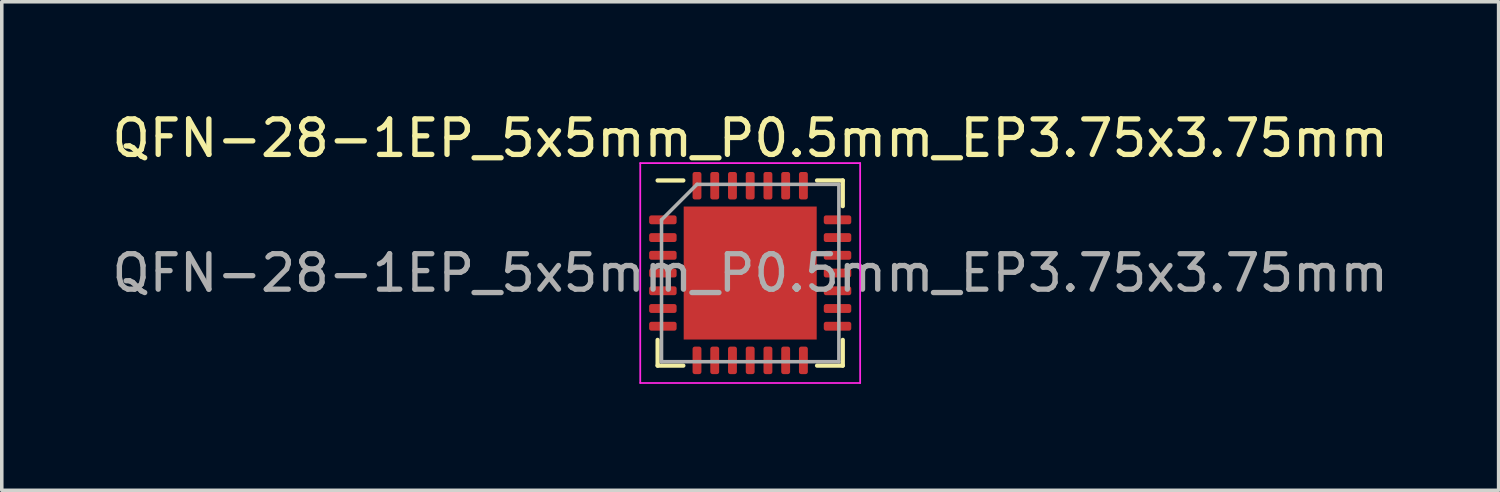
<source format=kicad_pcb>
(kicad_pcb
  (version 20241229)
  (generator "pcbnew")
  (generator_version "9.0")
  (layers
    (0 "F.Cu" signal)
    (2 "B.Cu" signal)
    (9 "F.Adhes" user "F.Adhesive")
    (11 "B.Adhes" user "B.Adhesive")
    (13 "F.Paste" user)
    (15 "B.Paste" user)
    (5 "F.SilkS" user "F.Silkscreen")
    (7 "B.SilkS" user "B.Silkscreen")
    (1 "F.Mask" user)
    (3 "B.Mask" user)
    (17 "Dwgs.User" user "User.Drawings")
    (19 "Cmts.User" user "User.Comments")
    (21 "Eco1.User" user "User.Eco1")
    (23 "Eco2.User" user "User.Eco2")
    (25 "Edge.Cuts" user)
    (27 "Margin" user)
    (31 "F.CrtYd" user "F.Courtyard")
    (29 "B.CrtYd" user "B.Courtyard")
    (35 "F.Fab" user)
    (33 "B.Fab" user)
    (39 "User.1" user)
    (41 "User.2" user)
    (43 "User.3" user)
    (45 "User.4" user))
  (footprint "QFN-28-1EP_5x5mm_P0.5mm_EP3.75x3.75mm"
    (layer "F.Cu")
    (at 18.101 4.648)
    (property "Reference" "QFN-28-1EP_5x5mm_P0.5mm_EP3.75x3.75mm" (at 0 -3.8 0) (layer "F.SilkS") (effects (font (size 1 1) (thickness 0.15))))
    (attr smd)
    (fp_line (start -2.61 2.61) (end -2.61 1.885) (stroke (width 0.12) (type solid)) (layer "F.SilkS"))
    (fp_line (start -1.885 -2.61) (end -2.61 -2.61) (stroke (width 0.12) (type solid)) (layer "F.SilkS"))
    (fp_line (start -1.885 2.61) (end -2.61 2.61) (stroke (width 0.12) (type solid)) (layer "F.SilkS"))
    (fp_line (start 1.885 -2.61) (end 2.61 -2.61) (stroke (width 0.12) (type solid)) (layer "F.SilkS"))
    (fp_line (start 1.885 2.61) (end 2.61 2.61) (stroke (width 0.12) (type solid)) (layer "F.SilkS"))
    (fp_line (start 2.61 -2.61) (end 2.61 -1.885) (stroke (width 0.12) (type solid)) (layer "F.SilkS"))
    (fp_line (start 2.61 2.61) (end 2.61 1.885) (stroke (width 0.12) (type solid)) (layer "F.SilkS"))
    (fp_line (start -3.1 -3.1) (end -3.1 3.1) (stroke (width 0.05) (type solid)) (layer "F.CrtYd"))
    (fp_line (start -3.1 3.1) (end 3.1 3.1) (stroke (width 0.05) (type solid)) (layer "F.CrtYd"))
    (fp_line (start 3.1 -3.1) (end -3.1 -3.1) (stroke (width 0.05) (type solid)) (layer "F.CrtYd"))
    (fp_line (start 3.1 3.1) (end 3.1 -3.1) (stroke (width 0.05) (type solid)) (layer "F.CrtYd"))
    (fp_line (start -2.5 -1.5) (end -1.5 -2.5) (stroke (width 0.1) (type solid)) (layer "F.Fab"))
    (fp_line (start -2.5 2.5) (end -2.5 -1.5) (stroke (width 0.1) (type solid)) (layer "F.Fab"))
    (fp_line (start -1.5 -2.5) (end 2.5 -2.5) (stroke (width 0.1) (type solid)) (layer "F.Fab"))
    (fp_line (start 2.5 -2.5) (end 2.5 2.5) (stroke (width 0.1) (type solid)) (layer "F.Fab"))
    (fp_line (start 2.5 2.5) (end -2.5 2.5) (stroke (width 0.1) (type solid)) (layer "F.Fab"))
    (fp_text user "${REFERENCE}" (at 0 0 0) (layer "F.Fab") (effects (font (size 1 1) (thickness 0.15))))
    (pad "" smd roundrect (at -1.25 -1.25) (size 1.01 1.01) (layers "F.Paste") (roundrect_rratio 0.248))
    (pad "" smd roundrect (at -1.25 0) (size 1.01 1.01) (layers "F.Paste") (roundrect_rratio 0.248))
    (pad "" smd roundrect (at -1.25 1.25) (size 1.01 1.01) (layers "F.Paste") (roundrect_rratio 0.248))
    (pad "" smd roundrect (at 0 -1.25) (size 1.01 1.01) (layers "F.Paste") (roundrect_rratio 0.248))
    (pad "" smd roundrect (at 0 0) (size 1.01 1.01) (layers "F.Paste") (roundrect_rratio 0.248))
    (pad "" smd roundrect (at 0 1.25) (size 1.01 1.01) (layers "F.Paste") (roundrect_rratio 0.248))
    (pad "" smd roundrect (at 1.25 -1.25) (size 1.01 1.01) (layers "F.Paste") (roundrect_rratio 0.248))
    (pad "" smd roundrect (at 1.25 0) (size 1.01 1.01) (layers "F.Paste") (roundrect_rratio 0.248))
    (pad "" smd roundrect (at 1.25 1.25) (size 1.01 1.01) (layers "F.Paste") (roundrect_rratio 0.248))
    (pad "1" smd roundrect (at -2.462 -1.5) (size 0.775 0.25) (layers "F.Cu" "F.Mask" "F.Paste") (roundrect_rratio 0.25))
    (pad "2" smd roundrect (at -2.462 -1) (size 0.775 0.25) (layers "F.Cu" "F.Mask" "F.Paste") (roundrect_rratio 0.25))
    (pad "3" smd roundrect (at -2.462 -0.5) (size 0.775 0.25) (layers "F.Cu" "F.Mask" "F.Paste") (roundrect_rratio 0.25))
    (pad "4" smd roundrect (at -2.462 0) (size 0.775 0.25) (layers "F.Cu" "F.Mask" "F.Paste") (roundrect_rratio 0.25))
    (pad "5" smd roundrect (at -2.462 0.5) (size 0.775 0.25) (layers "F.Cu" "F.Mask" "F.Paste") (roundrect_rratio 0.25))
    (pad "6" smd roundrect (at -2.462 1) (size 0.775 0.25) (layers "F.Cu" "F.Mask" "F.Paste") (roundrect_rratio 0.25))
    (pad "7" smd roundrect (at -2.462 1.5) (size 0.775 0.25) (layers "F.Cu" "F.Mask" "F.Paste") (roundrect_rratio 0.25))
    (pad "8" smd roundrect (at -1.5 2.462) (size 0.25 0.775) (layers "F.Cu" "F.Mask" "F.Paste") (roundrect_rratio 0.25))
    (pad "9" smd roundrect (at -1 2.462) (size 0.25 0.775) (layers "F.Cu" "F.Mask" "F.Paste") (roundrect_rratio 0.25))
    (pad "10" smd roundrect (at -0.5 2.462) (size 0.25 0.775) (layers "F.Cu" "F.Mask" "F.Paste") (roundrect_rratio 0.25))
    (pad "11" smd roundrect (at 0 2.462) (size 0.25 0.775) (layers "F.Cu" "F.Mask" "F.Paste") (roundrect_rratio 0.25))
    (pad "12" smd roundrect (at 0.5 2.462) (size 0.25 0.775) (layers "F.Cu" "F.Mask" "F.Paste") (roundrect_rratio 0.25))
    (pad "13" smd roundrect (at 1 2.462) (size 0.25 0.775) (layers "F.Cu" "F.Mask" "F.Paste") (roundrect_rratio 0.25))
    (pad "14" smd roundrect (at 1.5 2.462) (size 0.25 0.775) (layers "F.Cu" "F.Mask" "F.Paste") (roundrect_rratio 0.25))
    (pad "15" smd roundrect (at 2.462 1.5) (size 0.775 0.25) (layers "F.Cu" "F.Mask" "F.Paste") (roundrect_rratio 0.25))
    (pad "16" smd roundrect (at 2.462 1) (size 0.775 0.25) (layers "F.Cu" "F.Mask" "F.Paste") (roundrect_rratio 0.25))
    (pad "17" smd roundrect (at 2.462 0.5) (size 0.775 0.25) (layers "F.Cu" "F.Mask" "F.Paste") (roundrect_rratio 0.25))
    (pad "18" smd roundrect (at 2.462 0) (size 0.775 0.25) (layers "F.Cu" "F.Mask" "F.Paste") (roundrect_rratio 0.25))
    (pad "19" smd roundrect (at 2.462 -0.5) (size 0.775 0.25) (layers "F.Cu" "F.Mask" "F.Paste") (roundrect_rratio 0.25))
    (pad "20" smd roundrect (at 2.462 -1) (size 0.775 0.25) (layers "F.Cu" "F.Mask" "F.Paste") (roundrect_rratio 0.25))
    (pad "21" smd roundrect (at 2.462 -1.5) (size 0.775 0.25) (layers "F.Cu" "F.Mask" "F.Paste") (roundrect_rratio 0.25))
    (pad "22" smd roundrect (at 1.5 -2.462) (size 0.25 0.775) (layers "F.Cu" "F.Mask" "F.Paste") (roundrect_rratio 0.25))
    (pad "23" smd roundrect (at 1 -2.462) (size 0.25 0.775) (layers "F.Cu" "F.Mask" "F.Paste") (roundrect_rratio 0.25))
    (pad "24" smd roundrect (at 0.5 -2.462) (size 0.25 0.775) (layers "F.Cu" "F.Mask" "F.Paste") (roundrect_rratio 0.25))
    (pad "25" smd roundrect (at 0 -2.462) (size 0.25 0.775) (layers "F.Cu" "F.Mask" "F.Paste") (roundrect_rratio 0.25))
    (pad "26" smd roundrect (at -0.5 -2.462) (size 0.25 0.775) (layers "F.Cu" "F.Mask" "F.Paste") (roundrect_rratio 0.25))
    (pad "27" smd roundrect (at -1 -2.462) (size 0.25 0.775) (layers "F.Cu" "F.Mask" "F.Paste") (roundrect_rratio 0.25))
    (pad "28" smd roundrect (at -1.5 -2.462) (size 0.25 0.775) (layers "F.Cu" "F.Mask" "F.Paste") (roundrect_rratio 0.25))
    (pad "29" smd rect (at 0 0) (size 3.75 3.75) (layers "F.Cu" "F.Mask")))
  (gr_rect
    (start -3 -3)
    (end 39.202 10.773)
    (stroke (width 0.1) (type default))
    (fill no)
    (layer "Edge.Cuts")))
</source>
